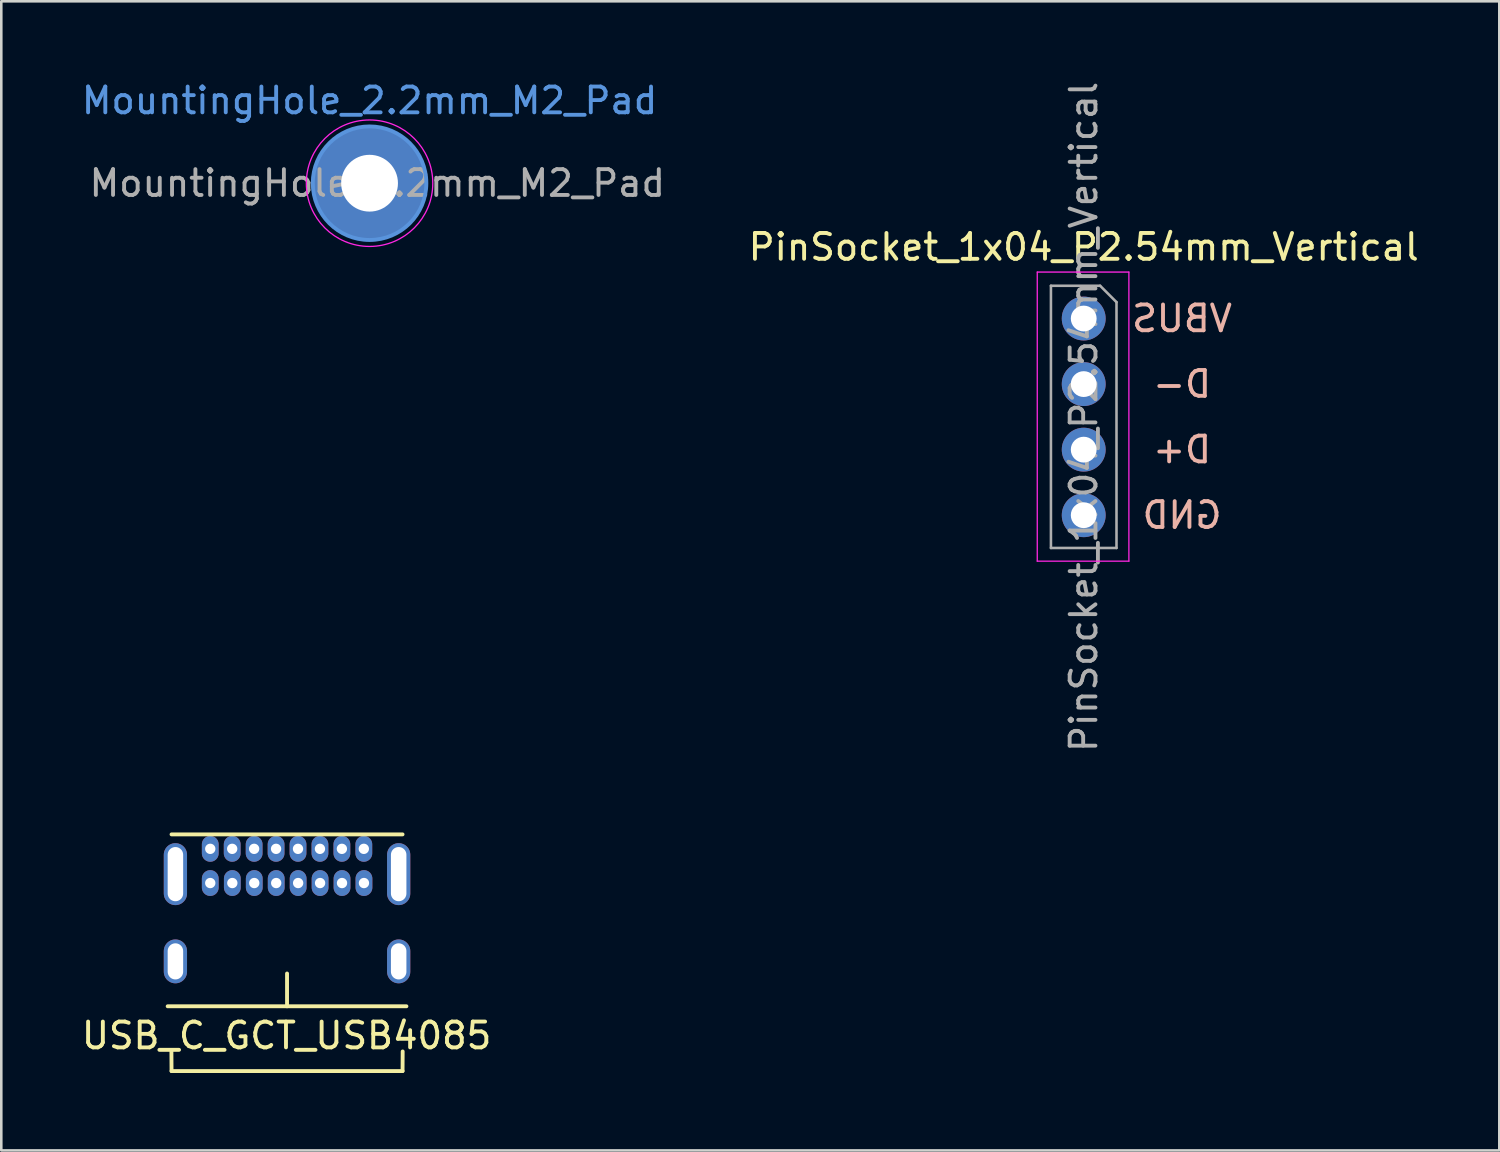
<source format=kicad_pcb>
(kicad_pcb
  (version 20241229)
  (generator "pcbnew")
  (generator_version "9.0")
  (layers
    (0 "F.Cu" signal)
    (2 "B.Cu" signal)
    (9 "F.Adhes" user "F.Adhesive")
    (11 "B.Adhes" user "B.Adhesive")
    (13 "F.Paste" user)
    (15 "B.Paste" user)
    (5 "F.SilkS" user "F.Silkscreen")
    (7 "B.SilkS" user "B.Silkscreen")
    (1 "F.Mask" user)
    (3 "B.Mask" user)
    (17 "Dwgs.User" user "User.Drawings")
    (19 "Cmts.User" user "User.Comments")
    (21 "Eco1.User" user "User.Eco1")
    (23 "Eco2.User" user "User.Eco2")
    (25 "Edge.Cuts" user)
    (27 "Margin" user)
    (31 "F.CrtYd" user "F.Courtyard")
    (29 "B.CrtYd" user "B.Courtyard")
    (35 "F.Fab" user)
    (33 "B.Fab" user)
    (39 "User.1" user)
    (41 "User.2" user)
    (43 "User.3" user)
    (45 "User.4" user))
  (footprint "MountingHole_2.2mm_M2_Pad"
    (layer "F.Cu")
    (at 11.268 4.048)
    (property "Reference" "MountingHole_2.2mm_M2_Pad" (at 0 -3.2 0) (layer "Cmts.User") (effects (font (size 1 1) (thickness 0.15))))
    (attr exclude_from_pos_files exclude_from_bom)
    (fp_circle (center 0 0) (end 2.2 0) (stroke (width 0.15) (type solid)) (fill no) (layer "Cmts.User"))
    (fp_circle (center 0 0) (end 2.45 0) (stroke (width 0.05) (type solid)) (fill no) (layer "F.CrtYd"))
    (fp_text user "${REFERENCE}" (at 0.3 0 0) (layer "F.Fab") (effects (font (size 1 1) (thickness 0.15))))
    (pad "1" thru_hole circle (at 0 0) (size 4.4 4.4) (drill 2.2) (layers "*.Cu" "*.Mask")))
  (footprint "PinSocket_1x04_P2.54mm_Vertical"
    (layer "F.Cu")
    (at 38.937 9.291)
    (property "Reference" "PinSocket_1x04_P2.54mm_Vertical" (at 0 -2.77 0) (layer "F.SilkS") (effects (font (size 1 1) (thickness 0.15))))
    (attr through_hole)
    (fp_line (start -1.8 -1.8) (end 1.75 -1.8) (stroke (width 0.05) (type solid)) (layer "F.CrtYd"))
    (fp_line (start -1.8 9.4) (end -1.8 -1.8) (stroke (width 0.05) (type solid)) (layer "F.CrtYd"))
    (fp_line (start 1.75 -1.8) (end 1.75 9.4) (stroke (width 0.05) (type solid)) (layer "F.CrtYd"))
    (fp_line (start 1.75 9.4) (end -1.8 9.4) (stroke (width 0.05) (type solid)) (layer "F.CrtYd"))
    (fp_line (start -1.27 -1.27) (end 0.635 -1.27) (stroke (width 0.1) (type solid)) (layer "F.Fab"))
    (fp_line (start -1.27 8.89) (end -1.27 -1.27) (stroke (width 0.1) (type solid)) (layer "F.Fab"))
    (fp_line (start 0.635 -1.27) (end 1.27 -0.635) (stroke (width 0.1) (type solid)) (layer "F.Fab"))
    (fp_line (start 1.27 -0.635) (end 1.27 8.89) (stroke (width 0.1) (type solid)) (layer "F.Fab"))
    (fp_line (start 1.27 8.89) (end -1.27 8.89) (stroke (width 0.1) (type solid)) (layer "F.Fab"))
    (fp_text user "D-" (at 3.81 2.54 0) (layer "B.SilkS") (effects (font (size 1 1) (thickness 0.15)) (justify mirror)))
    (fp_text user "VBUS" (at 3.81 0 0) (layer "B.SilkS") (effects (font (size 1 1) (thickness 0.15)) (justify mirror)))
    (fp_text user "D+" (at 3.81 5.08 0) (layer "B.SilkS") (effects (font (size 1 1) (thickness 0.15)) (justify mirror)))
    (fp_text user "GND" (at 3.81 7.62 0) (layer "B.SilkS") (effects (font (size 1 1) (thickness 0.15)) (justify mirror)))
    (fp_text user "${REFERENCE}" (at 0 3.81 270) (layer "F.Fab") (effects (font (size 1 1) (thickness 0.15))))
    (pad "1" thru_hole circle (at 0 0) (size 1.7 1.7) (drill 1) (layers "*.Cu" "*.Mask"))
    (pad "2" thru_hole oval (at 0 2.54) (size 1.7 1.7) (drill 1) (layers "*.Cu" "*.Mask"))
    (pad "3" thru_hole oval (at 0 5.08) (size 1.7 1.7) (drill 1) (layers "*.Cu" "*.Mask"))
    (pad "4" thru_hole oval (at 0 7.62) (size 1.7 1.7) (drill 1) (layers "*.Cu" "*.Mask")))
  (footprint "USB_C_GCT_USB4085"
    (layer "F.Cu")
    (at 8.071 35.937)
    (property "Reference" "USB_C_GCT_USB4085" (at -0.017 1.137 0) (layer "F.SilkS") (effects (font (size 1 1) (thickness 0.15))))
    (attr through_hole)
    (fp_line (start -4.625 0) (end 4.625 0) (stroke (width 0.15) (type solid)) (layer "F.SilkS"))
    (fp_line (start -4.475 -6.66) (end 4.475 -6.66) (stroke (width 0.15) (type solid)) (layer "F.SilkS"))
    (fp_line (start -4.475 2.51) (end -4.48 1.75) (stroke (width 0.15) (type solid)) (layer "F.SilkS"))
    (fp_line (start -4.475 2.51) (end 4.475 2.51) (stroke (width 0.15) (type solid)) (layer "F.SilkS"))
    (fp_line (start 0 0) (end 0 -1.27) (stroke (width 0.15) (type solid)) (layer "F.SilkS"))
    (fp_line (start 4.48 1.75) (end 4.475 2.51) (stroke (width 0.15) (type solid)) (layer "F.SilkS"))
    (pad "A1" thru_hole oval (at -2.975 -6.1) (size 0.65 1) (drill 0.4) (layers "*.Cu" "*.Mask"))
    (pad "A4" thru_hole oval (at -2.125 -6.1) (size 0.65 1) (drill 0.4) (layers "*.Cu" "*.Mask"))
    (pad "A5" thru_hole oval (at -1.275 -6.1) (size 0.65 1) (drill 0.4) (layers "*.Cu" "*.Mask"))
    (pad "A6" thru_hole oval (at -0.425 -6.1) (size 0.65 1) (drill 0.4) (layers "*.Cu" "*.Mask"))
    (pad "A7" thru_hole oval (at 0.425 -6.1) (size 0.65 1) (drill 0.4) (layers "*.Cu" "*.Mask"))
    (pad "A8" thru_hole oval (at 1.275 -6.1) (size 0.65 1) (drill 0.4) (layers "*.Cu" "*.Mask"))
    (pad "A9" thru_hole oval (at 2.125 -6.1) (size 0.65 1) (drill 0.4) (layers "*.Cu" "*.Mask"))
    (pad "A12" thru_hole oval (at 2.975 -6.1) (size 0.65 1) (drill 0.4) (layers "*.Cu" "*.Mask"))
    (pad "B1" thru_hole oval (at 2.98 -4.775) (size 0.65 1) (drill 0.4) (layers "*.Cu" "*.Mask"))
    (pad "B4" thru_hole oval (at 2.13 -4.775) (size 0.65 1) (drill 0.4) (layers "*.Cu" "*.Mask"))
    (pad "B5" thru_hole oval (at 1.28 -4.775) (size 0.65 1) (drill 0.4) (layers "*.Cu" "*.Mask"))
    (pad "B6" thru_hole oval (at 0.43 -4.775) (size 0.65 1) (drill 0.4) (layers "*.Cu" "*.Mask"))
    (pad "B7" thru_hole oval (at -0.42 -4.775) (size 0.65 1) (drill 0.4) (layers "*.Cu" "*.Mask"))
    (pad "B8" thru_hole oval (at -1.27 -4.775) (size 0.65 1) (drill 0.4) (layers "*.Cu" "*.Mask"))
    (pad "B9" thru_hole oval (at -2.12 -4.775) (size 0.65 1) (drill 0.4) (layers "*.Cu" "*.Mask"))
    (pad "B12" thru_hole oval (at -2.975 -4.775) (size 0.65 1) (drill 0.4) (layers "*.Cu" "*.Mask"))
    (pad "S1" thru_hole oval (at -4.325 -5.12) (size 0.9 2.4) (drill oval 0.6 2.1) (layers "*.Cu" "*.Mask"))
    (pad "S1" thru_hole oval (at -4.325 -1.74) (size 0.9 1.7) (drill oval 0.6 1.4) (layers "*.Cu" "*.Mask"))
    (pad "S1" thru_hole oval (at 4.325 -5.12) (size 0.9 2.4) (drill oval 0.6 2.1) (layers "*.Cu" "*.Mask"))
    (pad "S1" thru_hole oval (at 4.325 -1.74) (size 0.9 1.7) (drill oval 0.6 1.4) (layers "*.Cu" "*.Mask")))
  (gr_rect
    (start -3 -3)
    (end 55.038 41.522)
    (stroke (width 0.1) (type default))
    (fill no)
    (layer "Edge.Cuts")))
</source>
